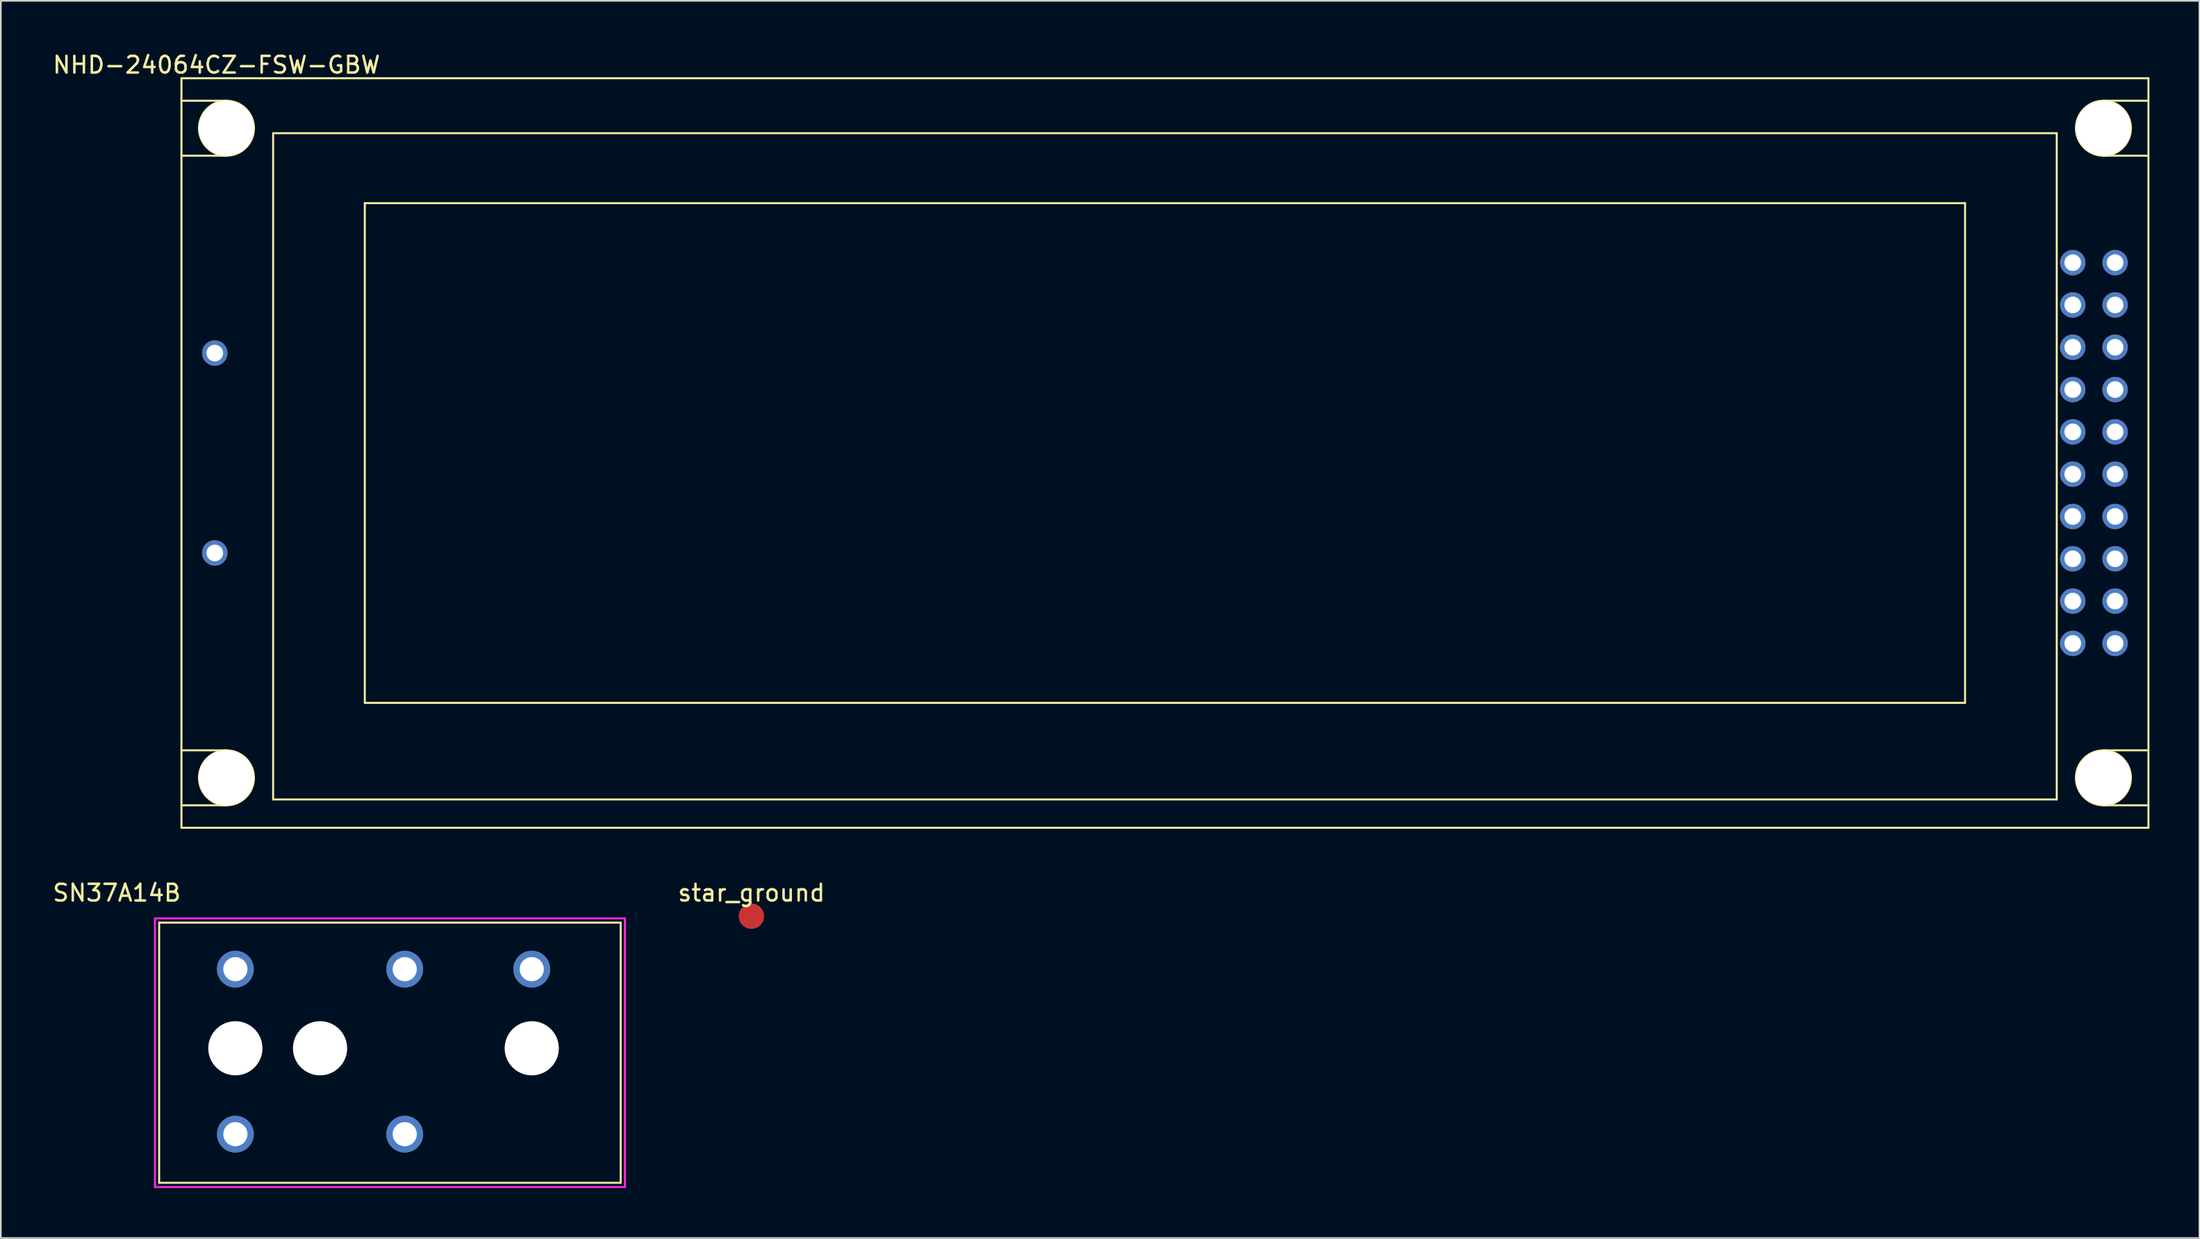
<source format=kicad_pcb>
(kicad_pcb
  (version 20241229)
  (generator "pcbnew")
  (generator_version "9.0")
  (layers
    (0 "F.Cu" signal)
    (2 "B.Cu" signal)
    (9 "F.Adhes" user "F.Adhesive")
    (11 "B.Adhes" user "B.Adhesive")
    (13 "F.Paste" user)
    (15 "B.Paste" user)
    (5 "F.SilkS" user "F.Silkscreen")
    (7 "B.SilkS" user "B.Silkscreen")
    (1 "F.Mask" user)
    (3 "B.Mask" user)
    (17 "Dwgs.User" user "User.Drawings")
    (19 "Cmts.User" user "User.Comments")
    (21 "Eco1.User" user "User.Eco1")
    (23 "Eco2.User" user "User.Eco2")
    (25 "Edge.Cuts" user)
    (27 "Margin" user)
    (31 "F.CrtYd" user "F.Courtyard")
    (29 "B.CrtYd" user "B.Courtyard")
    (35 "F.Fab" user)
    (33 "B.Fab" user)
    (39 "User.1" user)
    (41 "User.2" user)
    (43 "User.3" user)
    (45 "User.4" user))
  (footprint "star_ground"
    (layer "F.Cu")
    (at 42.028 51.956)
    (property "Reference" "star_ground" (at 0 -1.4 0) (layer "F.SilkS") (effects (font (size 1 1) (thickness 0.15))))
    (attr through_hole)
    (pad "1" smd circle (at 0 0) (size 1.524 1.524) (layers "F.Cu" "F.Mask" "F.Paste")))
  (footprint "SN37A14B"
    (layer "F.Cu")
    (at 11.07 55.136)
    (property "Reference" "SN37A14B" (at -7.112 -4.58 0) (layer "F.SilkS") (effects (font (size 1 1) (thickness 0.15))))
    (attr through_hole)
    (fp_line (start -4.572 -2.794) (end -4.572 12.827) (stroke (width 0.12) (type solid)) (layer "F.SilkS"))
    (fp_line (start -4.572 12.827) (end 23.114 12.827) (stroke (width 0.12) (type solid)) (layer "F.SilkS"))
    (fp_line (start 23.114 -2.794) (end -4.572 -2.794) (stroke (width 0.12) (type solid)) (layer "F.SilkS"))
    (fp_line (start 23.114 12.827) (end 23.114 -2.794) (stroke (width 0.12) (type solid)) (layer "F.SilkS"))
    (fp_line (start -4.826 -3.048) (end -4.826 12.954) (stroke (width 0.12) (type solid)) (layer "F.CrtYd"))
    (fp_line (start -4.826 12.954) (end -4.826 13.081) (stroke (width 0.12) (type solid)) (layer "F.CrtYd"))
    (fp_line (start -4.826 13.081) (end 23.368 13.081) (stroke (width 0.12) (type solid)) (layer "F.CrtYd"))
    (fp_line (start 23.368 -3.048) (end -4.826 -3.048) (stroke (width 0.12) (type solid)) (layer "F.CrtYd"))
    (fp_line (start 23.368 13.081) (end 23.368 -3.048) (stroke (width 0.12) (type solid)) (layer "F.CrtYd"))
    (pad "" np_thru_hole circle (at 0 4.75) (size 3.251 3.251) (drill 3.251) (layers "*.Cu" "*.Mask"))
    (pad "" np_thru_hole circle (at 5.08 4.75) (size 3.251 3.251) (drill 3.251) (layers "*.Cu" "*.Mask"))
    (pad "" np_thru_hole circle (at 17.78 4.75) (size 3.251 3.251) (drill 3.251) (layers "*.Cu" "*.Mask"))
    (pad "R" thru_hole circle (at 10.16 0) (size 2.21 2.21) (drill 1.448) (layers "*.Cu" "*.Mask"))
    (pad "RN" thru_hole circle (at 10.16 9.906) (size 2.21 2.21) (drill 1.448) (layers "*.Cu" "*.Mask"))
    (pad "S" thru_hole circle (at 17.78 0 90) (size 2.21 2.21) (drill 1.448) (layers "*.Cu" "*.Mask"))
    (pad "T" thru_hole circle (at 0 0) (size 2.21 2.21) (drill 1.448) (layers "*.Cu" "*.Mask"))
    (pad "TN" thru_hole circle (at 0 9.906) (size 2.21 2.21) (drill 1.448) (layers "*.Cu" "*.Mask")))
  (footprint "NHD-24064CZ-FSW-GBW"
    (layer "F.Cu")
    (at 7.835 1.648)
    (property "Reference" "NHD-24064CZ-FSW-GBW" (at 2.1 -0.8 0) (layer "F.SilkS") (effects (font (size 1 1) (thickness 0.15))))
    (attr through_hole)
    (fp_line (start 0 0) (end 0 45) (stroke (width 0.12) (type solid)) (layer "F.SilkS"))
    (fp_line (start 0 1.35) (end 2.7 1.35) (stroke (width 0.12) (type solid)) (layer "F.SilkS"))
    (fp_line (start 0 4.65) (end 2.7 4.65) (stroke (width 0.12) (type solid)) (layer "F.SilkS"))
    (fp_line (start 0 40.35) (end 2.7 40.35) (stroke (width 0.12) (type solid)) (layer "F.SilkS"))
    (fp_line (start 0 43.65) (end 2.7 43.65) (stroke (width 0.12) (type solid)) (layer "F.SilkS"))
    (fp_line (start 0 45) (end 118 45) (stroke (width 0.12) (type solid)) (layer "F.SilkS"))
    (fp_line (start 5.5 3.3) (end 5.5 43.3) (stroke (width 0.12) (type solid)) (layer "F.SilkS"))
    (fp_line (start 5.5 43.3) (end 112.5 43.3) (stroke (width 0.12) (type solid)) (layer "F.SilkS"))
    (fp_line (start 11 7.5) (end 11 37.5) (stroke (width 0.12) (type solid)) (layer "F.SilkS"))
    (fp_line (start 11 37.5) (end 107 37.5) (stroke (width 0.12) (type solid)) (layer "F.SilkS"))
    (fp_line (start 107 7.5) (end 11 7.5) (stroke (width 0.12) (type solid)) (layer "F.SilkS"))
    (fp_line (start 107 37.5) (end 107 7.5) (stroke (width 0.12) (type solid)) (layer "F.SilkS"))
    (fp_line (start 112.5 3.3) (end 5.5 3.3) (stroke (width 0.12) (type solid)) (layer "F.SilkS"))
    (fp_line (start 112.5 43.3) (end 112.5 3.3) (stroke (width 0.12) (type solid)) (layer "F.SilkS"))
    (fp_line (start 118 0) (end 0 0) (stroke (width 0.12) (type solid)) (layer "F.SilkS"))
    (fp_line (start 118 1.35) (end 115.3 1.35) (stroke (width 0.12) (type solid)) (layer "F.SilkS"))
    (fp_line (start 118 4.65) (end 115.3 4.65) (stroke (width 0.12) (type solid)) (layer "F.SilkS"))
    (fp_line (start 118 40.35) (end 115.3 40.35) (stroke (width 0.12) (type solid)) (layer "F.SilkS"))
    (fp_line (start 118 43.65) (end 115.3 43.65) (stroke (width 0.12) (type solid)) (layer "F.SilkS"))
    (fp_line (start 118 45) (end 118 0) (stroke (width 0.12) (type solid)) (layer "F.SilkS"))
    (fp_circle (center 2.7 3) (end 4.35 3) (stroke (width 0.12) (type solid)) (fill no) (layer "F.SilkS"))
    (fp_circle (center 2.7 42) (end 4.35 42) (stroke (width 0.12) (type solid)) (fill no) (layer "F.SilkS"))
    (fp_circle (center 115.3 3) (end 113.65 3) (stroke (width 0.12) (type solid)) (fill no) (layer "F.SilkS"))
    (fp_circle (center 115.3 42) (end 113.65 42) (stroke (width 0.12) (type solid)) (fill no) (layer "F.SilkS"))
    (pad "" thru_hole circle (at 2 16.5) (size 1.524 1.524) (drill 1) (layers "*.Cu" "*.Mask"))
    (pad "" thru_hole circle (at 2 28.5) (size 1.524 1.524) (drill 1) (layers "*.Cu" "*.Mask"))
    (pad "" np_thru_hole circle (at 2.7 3) (size 3.3 3.3) (drill 3.3) (layers "*.Cu" "*.Mask"))
    (pad "" np_thru_hole circle (at 2.7 42) (size 3.3 3.3) (drill 3.3) (layers "*.Cu" "*.Mask"))
    (pad "" np_thru_hole circle (at 115.3 3) (size 3.3 3.3) (drill 3.3) (layers "*.Cu" "*.Mask"))
    (pad "" np_thru_hole circle (at 115.3 42) (size 3.3 3.3) (drill 3.3) (layers "*.Cu" "*.Mask"))
    (pad "1" thru_hole circle (at 113.46 11.07) (size 1.524 1.524) (drill 1) (layers "*.Cu" "*.Mask"))
    (pad "2" thru_hole circle (at 116 11.07) (size 1.524 1.524) (drill 1) (layers "*.Cu" "*.Mask"))
    (pad "3" thru_hole circle (at 113.46 13.61) (size 1.524 1.524) (drill 1) (layers "*.Cu" "*.Mask"))
    (pad "4" thru_hole circle (at 116 13.61) (size 1.524 1.524) (drill 1) (layers "*.Cu" "*.Mask"))
    (pad "5" thru_hole circle (at 113.46 16.15) (size 1.524 1.524) (drill 1) (layers "*.Cu" "*.Mask"))
    (pad "6" thru_hole circle (at 116 16.15) (size 1.524 1.524) (drill 1) (layers "*.Cu" "*.Mask"))
    (pad "7" thru_hole circle (at 113.46 18.69) (size 1.524 1.524) (drill 1) (layers "*.Cu" "*.Mask"))
    (pad "8" thru_hole circle (at 116 18.69) (size 1.524 1.524) (drill 1) (layers "*.Cu" "*.Mask"))
    (pad "9" thru_hole circle (at 113.46 21.23) (size 1.524 1.524) (drill 1) (layers "*.Cu" "*.Mask"))
    (pad "10" thru_hole circle (at 116 21.23) (size 1.524 1.524) (drill 1) (layers "*.Cu" "*.Mask"))
    (pad "11" thru_hole circle (at 113.46 23.77) (size 1.524 1.524) (drill 1) (layers "*.Cu" "*.Mask"))
    (pad "12" thru_hole circle (at 116 23.77) (size 1.524 1.524) (drill 1) (layers "*.Cu" "*.Mask"))
    (pad "13" thru_hole circle (at 113.46 26.31) (size 1.524 1.524) (drill 1) (layers "*.Cu" "*.Mask"))
    (pad "14" thru_hole circle (at 116 26.31) (size 1.524 1.524) (drill 1) (layers "*.Cu" "*.Mask"))
    (pad "15" thru_hole circle (at 113.46 28.85) (size 1.524 1.524) (drill 1) (layers "*.Cu" "*.Mask"))
    (pad "16" thru_hole circle (at 116 28.85) (size 1.524 1.524) (drill 1) (layers "*.Cu" "*.Mask"))
    (pad "17" thru_hole circle (at 113.46 31.39) (size 1.524 1.524) (drill 1) (layers "*.Cu" "*.Mask"))
    (pad "18" thru_hole circle (at 116 31.39) (size 1.524 1.524) (drill 1) (layers "*.Cu" "*.Mask"))
    (pad "19" thru_hole circle (at 113.46 33.93) (size 1.524 1.524) (drill 1) (layers "*.Cu" "*.Mask"))
    (pad "20" thru_hole circle (at 116 33.93) (size 1.524 1.524) (drill 1) (layers "*.Cu" "*.Mask")))
  (gr_rect
    (start -3 -3)
    (end 128.895 71.278)
    (stroke (width 0.1) (type default))
    (fill no)
    (layer "Edge.Cuts")))
</source>
